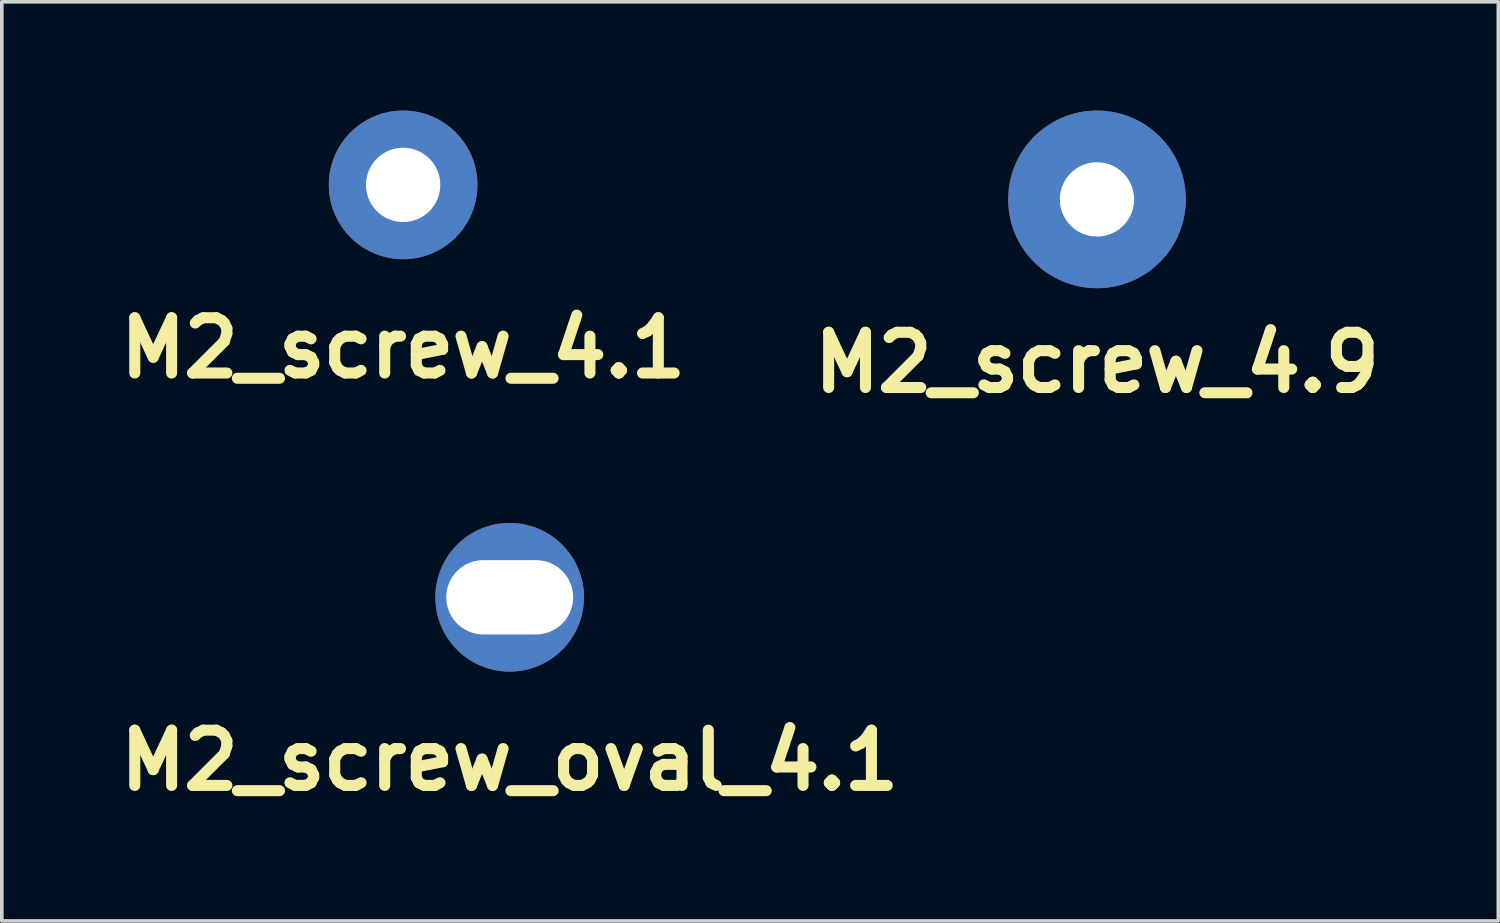
<source format=kicad_pcb>
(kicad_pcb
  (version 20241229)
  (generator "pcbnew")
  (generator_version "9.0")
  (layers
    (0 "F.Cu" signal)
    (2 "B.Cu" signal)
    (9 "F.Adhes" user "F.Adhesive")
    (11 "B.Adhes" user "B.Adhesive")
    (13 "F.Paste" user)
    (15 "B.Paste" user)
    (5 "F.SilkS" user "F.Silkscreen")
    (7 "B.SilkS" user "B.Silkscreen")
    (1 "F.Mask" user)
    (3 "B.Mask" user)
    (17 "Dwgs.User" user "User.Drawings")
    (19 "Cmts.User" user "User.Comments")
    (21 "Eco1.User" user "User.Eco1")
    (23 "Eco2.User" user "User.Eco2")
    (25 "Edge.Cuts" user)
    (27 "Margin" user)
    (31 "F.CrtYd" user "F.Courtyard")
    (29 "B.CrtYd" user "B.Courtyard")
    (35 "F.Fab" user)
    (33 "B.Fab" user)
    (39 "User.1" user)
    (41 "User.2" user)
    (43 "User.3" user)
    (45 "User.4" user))
  (footprint "M2_screw_4.1"
    (layer "F.Cu")
    (at 8.07 2.05)
    (property "Reference" "M2_screw_4.1" (at 0 4.5 0) (layer "F.SilkS") (effects (font (size 1.524 1.524) (thickness 0.305))))
    (attr exclude_from_pos_files exclude_from_bom)
    (pad "1" thru_hole circle (at 0 0) (size 4.1 4.1) (drill 2.05) (layers "*.Cu" "*.Mask")))
  (footprint "M2_screw_4.9"
    (layer "F.Cu")
    (at 27.21 2.45)
    (property "Reference" "M2_screw_4.9" (at 0 4.5 0) (layer "F.SilkS") (effects (font (size 1.524 1.524) (thickness 0.305))))
    (attr exclude_from_pos_files exclude_from_bom)
    (pad "1" thru_hole circle (at 0 0) (size 4.9 4.9) (drill 2.05) (layers "*.Cu" "*.Mask")))
  (footprint "M2_screw_oval_4.1"
    (layer "F.Cu")
    (at 11.009 13.426)
    (property "Reference" "M2_screw_oval_4.1" (at 0 4.5 0) (layer "F.SilkS") (effects (font (size 1.524 1.524) (thickness 0.305))))
    (attr exclude_from_pos_files exclude_from_bom)
    (pad "1" thru_hole circle (at 0 0) (size 4.1 4.1) (drill oval 3.5 2.05) (layers "*.Cu" "*.Mask")))
  (gr_rect
    (start -3 -3)
    (end 38.28 22.353)
    (stroke (width 0.1) (type default))
    (fill no)
    (layer "Edge.Cuts")))
</source>
